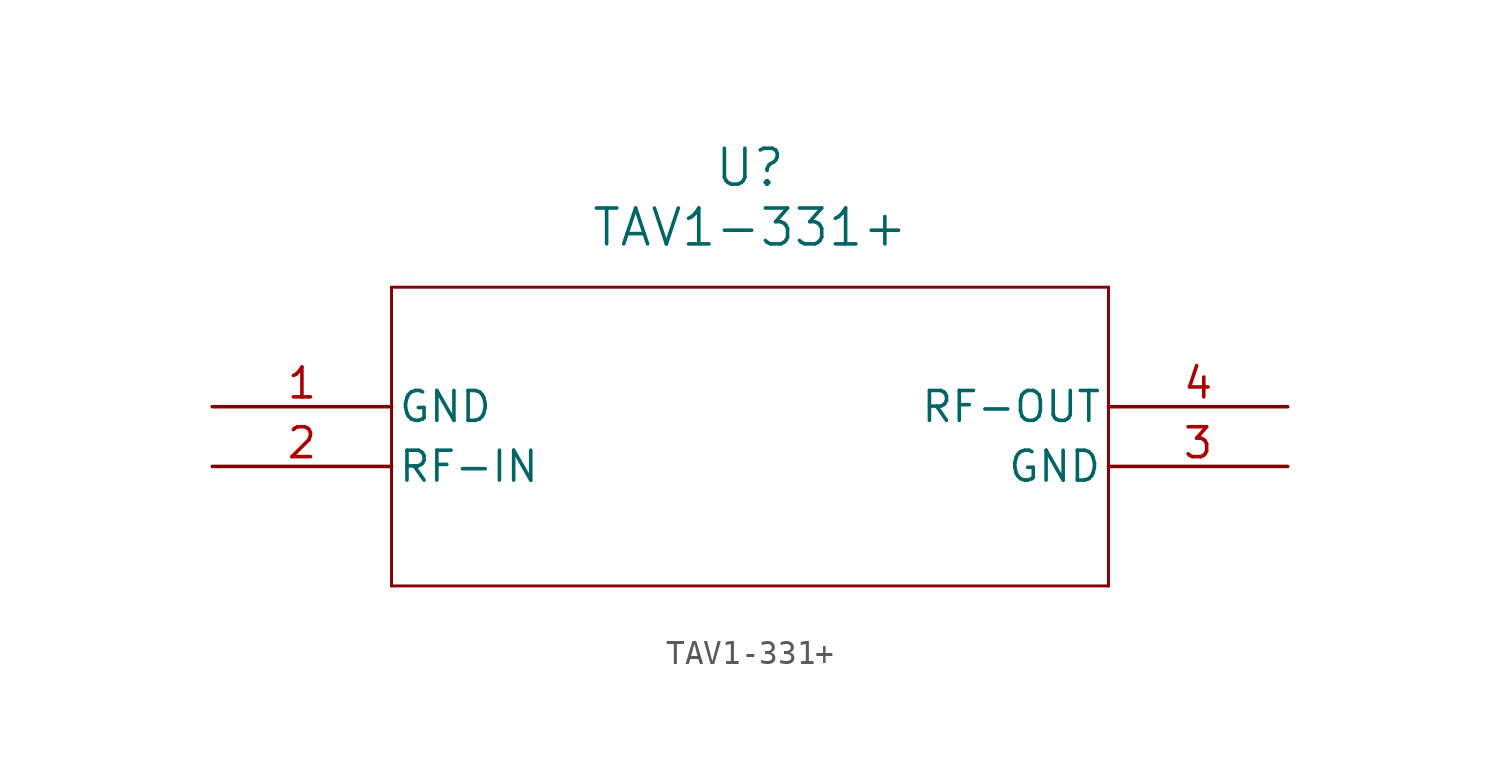
<source format=kicad_sym>
(kicad_symbol_lib
  (version 20211014)
  (generator kicad_symbol_editor)
  (symbol "TAV1-331+"
    (pin_names
      (offset 0.254))
    (property "Reference" "U"
      (at 22.86 10.16 0)
      (effects (font (size 1.524 1.524))))
    (property "Value" "TAV1-331+"
      (at 22.86 7.62 0)
      (effects (font (size 1.524 1.524))))
    (symbol "TAV1-331+_0_1"
      (polyline (pts (xy 7.62 5.08) (xy 7.62 -7.62)) (stroke (width 0.127) (type default) (color 0 0 0 0)) (fill (type none)))
      (polyline (pts (xy 7.62 -7.62) (xy 38.1 -7.62)) (stroke (width 0.127) (type default) (color 0 0 0 0)) (fill (type none)))
      (polyline (pts (xy 38.1 -7.62) (xy 38.1 5.08)) (stroke (width 0.127) (type default) (color 0 0 0 0)) (fill (type none)))
      (polyline (pts (xy 38.1 5.08) (xy 7.62 5.08)) (stroke (width 0.127) (type default) (color 0 0 0 0)) (fill (type none)))
      (pin power_out line (at 0 0 0) (length 7.62) (name "GND" (effects (font (size 1.27 1.27)))) (number "1" (effects (font (size 1.27 1.27)))))
      (pin input line (at 0 -2.54 0) (length 7.62) (name "RF-IN" (effects (font (size 1.27 1.27)))) (number "2" (effects (font (size 1.27 1.27)))))
      (pin power_out line (at 45.72 -2.54 180) (length 7.62) (name "GND" (effects (font (size 1.27 1.27)))) (number "3" (effects (font (size 1.27 1.27)))))
      (pin output line (at 45.72 0 180) (length 7.62) (name "RF-OUT" (effects (font (size 1.27 1.27)))) (number "4" (effects (font (size 1.27 1.27))))))))
</source>
